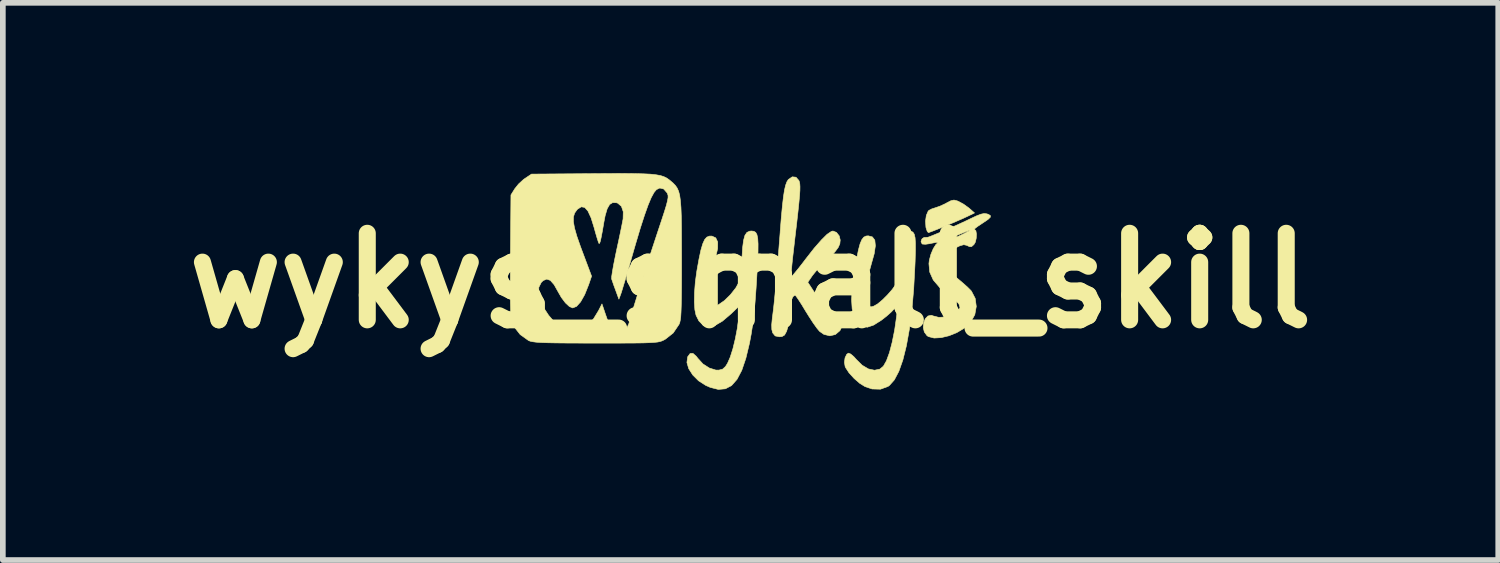
<source format=kicad_pcb>
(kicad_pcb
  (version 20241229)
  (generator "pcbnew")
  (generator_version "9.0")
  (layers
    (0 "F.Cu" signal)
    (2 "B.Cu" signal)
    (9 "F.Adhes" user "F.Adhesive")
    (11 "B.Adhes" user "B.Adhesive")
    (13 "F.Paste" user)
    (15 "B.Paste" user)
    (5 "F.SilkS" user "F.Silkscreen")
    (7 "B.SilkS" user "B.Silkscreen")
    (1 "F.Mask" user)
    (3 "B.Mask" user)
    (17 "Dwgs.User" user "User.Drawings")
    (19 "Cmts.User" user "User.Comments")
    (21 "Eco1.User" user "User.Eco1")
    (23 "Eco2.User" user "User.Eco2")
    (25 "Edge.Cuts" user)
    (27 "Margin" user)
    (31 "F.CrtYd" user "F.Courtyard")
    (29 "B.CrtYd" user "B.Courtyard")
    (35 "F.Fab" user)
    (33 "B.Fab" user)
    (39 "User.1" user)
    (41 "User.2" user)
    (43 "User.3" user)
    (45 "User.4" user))
  (footprint "wykys_small_skill"
    (layer "F.Cu")
    (at 10.167 1.893)
    (property "Reference" "wykys_small_skill" (at 0 0 0) (layer "F.SilkS") (effects (font (size 1.524 1.524) (thickness 0.3))))
    (attr through_hole)
    (fp_poly (pts (xy 3.639 -1.406) (xy 3.665 -1.395) (xy 3.75 -1.349) (xy 3.838 -1.286) (xy 3.853 -1.274) (xy 3.945 -1.193) (xy 3.842 -1.143) (xy 3.761 -1.105) (xy 3.654 -1.058) (xy 3.534 -1.006) (xy 3.411 -0.955) (xy 3.297 -0.908) (xy 3.205 -0.872) (xy 3.146 -0.85) (xy 3.131 -0.847) (xy 3.111 -0.871) (xy 3.091 -0.932) (xy 3.089 -0.943) (xy 3.082 -1.049) (xy 3.096 -1.149) (xy 3.128 -1.223) (xy 3.142 -1.238) (xy 3.192 -1.264) (xy 3.26 -1.286) (xy 3.338 -1.313) (xy 3.431 -1.356) (xy 3.457 -1.371) (xy 3.531 -1.409) (xy 3.583 -1.42) (xy 3.639 -1.406)) (stroke (width 0.01) (type solid)) (fill yes) (layer "F.SilkS"))
    (fp_poly (pts (xy 0.058 -0.87) (xy 0.091 -0.851) (xy 0.113 -0.812) (xy 0.127 -0.746) (xy 0.133 -0.648) (xy 0.132 -0.511) (xy 0.125 -0.328) (xy 0.116 -0.158) (xy 0.098 0.135) (xy 0.08 0.382) (xy 0.06 0.593) (xy 0.037 0.777) (xy 0.011 0.946) (xy -0.018 1.101) (xy -0.082 1.367) (xy -0.154 1.579) (xy -0.238 1.738) (xy -0.333 1.846) (xy -0.442 1.904) (xy -0.567 1.915) (xy -0.709 1.879) (xy -0.787 1.845) (xy -0.915 1.763) (xy -1.017 1.661) (xy -1.088 1.55) (xy -1.12 1.441) (xy -1.107 1.343) (xy -1.105 1.338) (xy -1.063 1.282) (xy -1.014 1.28) (xy -0.955 1.332) (xy -0.928 1.367) (xy -0.838 1.466) (xy -0.726 1.538) (xy -0.611 1.574) (xy -0.558 1.575) (xy -0.491 1.558) (xy -0.44 1.511) (xy -0.404 1.453) (xy -0.357 1.346) (xy -0.31 1.198) (xy -0.268 1.025) (xy -0.233 0.842) (xy -0.21 0.664) (xy -0.209 0.649) (xy -0.191 0.437) (xy -0.342 0.583) (xy -0.494 0.712) (xy -0.626 0.789) (xy -0.739 0.814) (xy -0.833 0.787) (xy -0.91 0.708) (xy -0.96 0.607) (xy -0.98 0.512) (xy -0.989 0.375) (xy -0.986 0.209) (xy -0.972 0.026) (xy -0.947 -0.159) (xy -0.944 -0.177) (xy -0.907 -0.383) (xy -0.874 -0.538) (xy -0.841 -0.65) (xy -0.807 -0.725) (xy -0.769 -0.767) (xy -0.723 -0.785) (xy -0.679 -0.785) (xy -0.612 -0.754) (xy -0.578 -0.682) (xy -0.579 -0.567) (xy -0.614 -0.408) (xy -0.636 -0.338) (xy -0.674 -0.197) (xy -0.704 -0.046) (xy -0.724 0.105) (xy -0.733 0.242) (xy -0.73 0.352) (xy -0.714 0.424) (xy -0.706 0.437) (xy -0.678 0.46) (xy -0.639 0.457) (xy -0.571 0.427) (xy -0.565 0.423) (xy -0.46 0.351) (xy -0.352 0.245) (xy -0.259 0.127) (xy -0.207 0.033) (xy -0.188 -0.039) (xy -0.171 -0.153) (xy -0.157 -0.298) (xy -0.15 -0.405) (xy -0.139 -0.583) (xy -0.122 -0.712) (xy -0.098 -0.799) (xy -0.063 -0.85) (xy -0.015 -0.872) (xy 0.015 -0.875) (xy 0.058 -0.87)) (stroke (width 0.01) (type solid)) (fill yes) (layer "F.SilkS"))
    (fp_poly (pts (xy 2.826 -0.871) (xy 2.86 -0.855) (xy 2.883 -0.819) (xy 2.898 -0.757) (xy 2.904 -0.662) (xy 2.904 -0.527) (xy 2.899 -0.344) (xy 2.896 -0.274) (xy 2.874 0.14) (xy 2.842 0.517) (xy 2.798 0.853) (xy 2.745 1.147) (xy 2.683 1.396) (xy 2.612 1.597) (xy 2.533 1.747) (xy 2.446 1.845) (xy 2.422 1.862) (xy 2.289 1.911) (xy 2.141 1.907) (xy 2.018 1.866) (xy 1.924 1.808) (xy 1.824 1.721) (xy 1.735 1.623) (xy 1.675 1.531) (xy 1.666 1.511) (xy 1.654 1.436) (xy 1.665 1.357) (xy 1.695 1.296) (xy 1.725 1.276) (xy 1.765 1.292) (xy 1.822 1.341) (xy 1.861 1.385) (xy 1.966 1.489) (xy 2.076 1.554) (xy 2.184 1.577) (xy 2.279 1.557) (xy 2.34 1.506) (xy 2.394 1.411) (xy 2.447 1.267) (xy 2.495 1.084) (xy 2.538 0.87) (xy 2.572 0.634) (xy 2.58 0.564) (xy 2.597 0.409) (xy 2.535 0.491) (xy 2.481 0.549) (xy 2.398 0.623) (xy 2.306 0.695) (xy 2.17 0.781) (xy 2.059 0.819) (xy 1.969 0.806) (xy 1.893 0.743) (xy 1.828 0.629) (xy 1.821 0.614) (xy 1.79 0.495) (xy 1.78 0.337) (xy 1.791 0.133) (xy 1.823 -0.118) (xy 1.834 -0.183) (xy 1.869 -0.386) (xy 1.9 -0.539) (xy 1.929 -0.648) (xy 1.96 -0.722) (xy 1.994 -0.766) (xy 2.034 -0.786) (xy 2.072 -0.79) (xy 2.146 -0.771) (xy 2.189 -0.714) (xy 2.199 -0.615) (xy 2.178 -0.474) (xy 2.128 -0.296) (xy 2.087 -0.147) (xy 2.057 0.01) (xy 2.039 0.159) (xy 2.035 0.289) (xy 2.045 0.385) (xy 2.057 0.417) (xy 2.087 0.457) (xy 2.131 0.46) (xy 2.171 0.448) (xy 2.239 0.409) (xy 2.325 0.337) (xy 2.415 0.247) (xy 2.497 0.153) (xy 2.556 0.069) (xy 2.572 0.037) (xy 2.585 -0.021) (xy 2.6 -0.121) (xy 2.613 -0.251) (xy 2.623 -0.397) (xy 2.625 -0.416) (xy 2.636 -0.589) (xy 2.651 -0.713) (xy 2.67 -0.796) (xy 2.697 -0.846) (xy 2.735 -0.869) (xy 2.78 -0.875) (xy 2.826 -0.871)) (stroke (width 0.01) (type solid)) (fill yes) (layer "F.SilkS"))
    (fp_poly (pts (xy 0.801 -1.822) (xy 0.852 -1.764) (xy 0.853 -1.762) (xy 0.862 -1.736) (xy 0.868 -1.702) (xy 0.871 -1.655) (xy 0.87 -1.589) (xy 0.864 -1.499) (xy 0.853 -1.379) (xy 0.837 -1.224) (xy 0.815 -1.027) (xy 0.786 -0.784) (xy 0.763 -0.582) (xy 0.744 -0.42) (xy 0.729 -0.278) (xy 0.719 -0.166) (xy 0.714 -0.092) (xy 0.714 -0.067) (xy 0.734 -0.084) (xy 0.781 -0.139) (xy 0.85 -0.223) (xy 0.933 -0.33) (xy 0.969 -0.378) (xy 1.122 -0.573) (xy 1.25 -0.719) (xy 1.35 -0.818) (xy 1.425 -0.868) (xy 1.452 -0.875) (xy 1.514 -0.85) (xy 1.562 -0.789) (xy 1.58 -0.716) (xy 1.573 -0.65) (xy 1.545 -0.586) (xy 1.49 -0.512) (xy 1.401 -0.42) (xy 1.342 -0.364) (xy 1.248 -0.271) (xy 1.16 -0.176) (xy 1.095 -0.097) (xy 1.087 -0.086) (xy 1.009 0.028) (xy 1.157 0.254) (xy 1.258 0.397) (xy 1.353 0.512) (xy 1.437 0.594) (xy 1.504 0.636) (xy 1.539 0.639) (xy 1.587 0.644) (xy 1.621 0.689) (xy 1.63 0.754) (xy 1.626 0.772) (xy 1.575 0.88) (xy 1.495 0.948) (xy 1.397 0.971) (xy 1.293 0.946) (xy 1.217 0.893) (xy 1.17 0.837) (xy 1.104 0.745) (xy 1.03 0.631) (xy 0.97 0.535) (xy 0.903 0.424) (xy 0.845 0.334) (xy 0.803 0.274) (xy 0.784 0.254) (xy 0.749 0.28) (xy 0.716 0.349) (xy 0.692 0.447) (xy 0.679 0.561) (xy 0.677 0.606) (xy 0.671 0.721) (xy 0.654 0.828) (xy 0.636 0.89) (xy 0.6 0.957) (xy 0.554 0.984) (xy 0.509 0.988) (xy 0.435 0.973) (xy 0.392 0.921) (xy 0.39 0.918) (xy 0.375 0.859) (xy 0.373 0.774) (xy 0.385 0.648) (xy 0.39 0.614) (xy 0.405 0.495) (xy 0.42 0.356) (xy 0.436 0.191) (xy 0.454 -0.006) (xy 0.474 -0.241) (xy 0.496 -0.52) (xy 0.522 -0.85) (xy 0.523 -0.871) (xy 0.543 -1.121) (xy 0.562 -1.321) (xy 0.58 -1.477) (xy 0.598 -1.594) (xy 0.618 -1.68) (xy 0.64 -1.74) (xy 0.665 -1.78) (xy 0.668 -1.783) (xy 0.736 -1.829) (xy 0.801 -1.822)) (stroke (width 0.01) (type solid)) (fill yes) (layer "F.SilkS"))
    (fp_poly (pts (xy 4.162 -1.177) (xy 4.189 -1.168) (xy 4.224 -1.147) (xy 4.224 -1.119) (xy 4.182 -1.078) (xy 4.095 -1.019) (xy 4.072 -1.004) (xy 3.997 -0.954) (xy 3.951 -0.918) (xy 3.944 -0.903) (xy 3.945 -0.903) (xy 3.969 -0.879) (xy 3.979 -0.821) (xy 3.975 -0.747) (xy 3.959 -0.678) (xy 3.935 -0.637) (xy 3.893 -0.6) (xy 3.857 -0.599) (xy 3.809 -0.622) (xy 3.756 -0.634) (xy 3.686 -0.614) (xy 3.643 -0.594) (xy 3.528 -0.516) (xy 3.464 -0.423) (xy 3.443 -0.306) (xy 3.443 -0.305) (xy 3.447 -0.251) (xy 3.464 -0.206) (xy 3.503 -0.159) (xy 3.574 -0.096) (xy 3.638 -0.045) (xy 3.734 0.036) (xy 3.82 0.112) (xy 3.88 0.172) (xy 3.891 0.185) (xy 3.957 0.312) (xy 3.976 0.454) (xy 3.95 0.599) (xy 3.878 0.729) (xy 3.863 0.747) (xy 3.761 0.838) (xy 3.634 0.914) (xy 3.495 0.97) (xy 3.357 1.003) (xy 3.233 1.01) (xy 3.135 0.985) (xy 3.109 0.969) (xy 3.061 0.904) (xy 3.042 0.825) (xy 3.05 0.742) (xy 3.078 0.67) (xy 3.125 0.622) (xy 3.184 0.609) (xy 3.218 0.621) (xy 3.315 0.646) (xy 3.433 0.639) (xy 3.55 0.606) (xy 3.643 0.549) (xy 3.664 0.528) (xy 3.689 0.472) (xy 3.67 0.41) (xy 3.605 0.337) (xy 3.501 0.257) (xy 3.333 0.122) (xy 3.218 -0.013) (xy 3.156 -0.152) (xy 3.142 -0.299) (xy 3.149 -0.36) (xy 3.177 -0.465) (xy 3.218 -0.563) (xy 3.263 -0.635) (xy 3.285 -0.656) (xy 3.299 -0.673) (xy 3.26 -0.673) (xy 3.169 -0.655) (xy 3.157 -0.652) (xy 3.081 -0.641) (xy 3.027 -0.645) (xy 3.022 -0.648) (xy 3.003 -0.685) (xy 3.006 -0.696) (xy 3.34 -0.696) (xy 3.344 -0.679) (xy 3.358 -0.677) (xy 3.382 -0.688) (xy 3.377 -0.696) (xy 3.344 -0.7) (xy 3.34 -0.696) (xy 3.006 -0.696) (xy 3.015 -0.724) (xy 3.424 -0.724) (xy 3.428 -0.708) (xy 3.443 -0.706) (xy 3.466 -0.716) (xy 3.462 -0.724) (xy 3.428 -0.728) (xy 3.424 -0.724) (xy 3.015 -0.724) (xy 3.017 -0.732) (xy 3.021 -0.735) (xy 3.527 -0.735) (xy 3.528 -0.735) (xy 3.573 -0.746) (xy 3.652 -0.778) (xy 3.739 -0.819) (xy 3.827 -0.864) (xy 3.864 -0.886) (xy 3.849 -0.885) (xy 3.783 -0.86) (xy 3.665 -0.811) (xy 3.655 -0.807) (xy 3.576 -0.771) (xy 3.53 -0.745) (xy 3.527 -0.735) (xy 3.021 -0.735) (xy 3.055 -0.761) (xy 3.065 -0.762) (xy 3.11 -0.763) (xy 3.118 -0.763) (xy 3.154 -0.775) (xy 3.231 -0.806) (xy 3.335 -0.849) (xy 3.457 -0.902) (xy 3.585 -0.958) (xy 3.708 -1.013) (xy 3.813 -1.062) (xy 3.86 -1.085) (xy 3.977 -1.14) (xy 4.057 -1.171) (xy 4.114 -1.183) (xy 4.162 -1.177)) (stroke (width 0.01) (type solid)) (fill yes) (layer "F.SilkS"))
    (fp_poly (pts (xy -2.048 -1.886) (xy -1.887 -1.882) (xy -1.76 -1.876) (xy -1.662 -1.865) (xy -1.585 -1.851) (xy -1.526 -1.832) (xy -1.477 -1.808) (xy -1.434 -1.778) (xy -1.408 -1.757) (xy -1.361 -1.716) (xy -1.323 -1.677) (xy -1.292 -1.632) (xy -1.267 -1.577) (xy -1.248 -1.506) (xy -1.235 -1.413) (xy -1.225 -1.292) (xy -1.219 -1.139) (xy -1.216 -0.947) (xy -1.215 -0.71) (xy -1.214 -0.423) (xy -1.214 -0.387) (xy -1.214 -0.108) (xy -1.215 0.121) (xy -1.217 0.304) (xy -1.22 0.447) (xy -1.224 0.557) (xy -1.229 0.638) (xy -1.237 0.696) (xy -1.246 0.738) (xy -1.258 0.768) (xy -1.259 0.77) (xy -1.361 0.921) (xy -1.498 1.029) (xy -1.53 1.047) (xy -1.56 1.061) (xy -1.594 1.072) (xy -1.639 1.081) (xy -1.7 1.087) (xy -1.783 1.092) (xy -1.893 1.096) (xy -2.037 1.098) (xy -2.221 1.099) (xy -2.449 1.1) (xy -2.727 1.1) (xy -2.729 1.1) (xy -3.013 1.099) (xy -3.246 1.098) (xy -3.433 1.096) (xy -3.58 1.093) (xy -3.692 1.089) (xy -3.776 1.083) (xy -3.836 1.075) (xy -3.878 1.066) (xy -3.907 1.055) (xy -3.909 1.054) (xy -4.056 0.949) (xy -4.161 0.815) (xy -4.192 0.75) (xy -4.203 0.713) (xy -4.213 0.665) (xy -4.22 0.6) (xy -4.225 0.512) (xy -4.228 0.397) (xy -4.23 0.247) (xy -4.23 0.227) (xy -3.73 0.227) (xy -3.699 0.352) (xy -3.639 0.482) (xy -3.556 0.609) (xy -3.457 0.724) (xy -3.347 0.817) (xy -3.233 0.88) (xy -3.119 0.903) (xy -3.118 0.903) (xy -2.996 0.876) (xy -2.877 0.797) (xy -2.764 0.671) (xy -2.675 0.525) (xy -2.616 0.409) (xy -2.554 0.593) (xy -2.497 0.753) (xy -2.448 0.863) (xy -2.402 0.928) (xy -2.355 0.954) (xy -2.3 0.945) (xy -2.243 0.914) (xy -2.186 0.852) (xy -2.144 0.76) (xy -2.141 0.752) (xy -2.102 0.615) (xy -2.048 0.435) (xy -1.982 0.222) (xy -1.908 -0.013) (xy -1.83 -0.261) (xy -1.749 -0.51) (xy -1.67 -0.75) (xy -1.63 -0.871) (xy -1.565 -1.066) (xy -1.516 -1.216) (xy -1.482 -1.327) (xy -1.462 -1.406) (xy -1.452 -1.461) (xy -1.452 -1.5) (xy -1.461 -1.529) (xy -1.47 -1.548) (xy -1.529 -1.615) (xy -1.598 -1.632) (xy -1.657 -1.604) (xy -1.7 -1.552) (xy -1.749 -1.462) (xy -1.804 -1.33) (xy -1.867 -1.153) (xy -1.94 -0.928) (xy -2.022 -0.653) (xy -2.057 -0.533) (xy -2.112 -0.34) (xy -2.164 -0.162) (xy -2.21 -0.005) (xy -2.248 0.12) (xy -2.274 0.206) (xy -2.286 0.24) (xy -2.318 0.325) (xy -2.375 0.169) (xy -2.409 0.077) (xy -2.435 0.001) (xy -2.446 -0.031) (xy -2.445 -0.072) (xy -2.432 -0.159) (xy -2.411 -0.279) (xy -2.382 -0.424) (xy -2.361 -0.525) (xy -2.326 -0.686) (xy -2.294 -0.837) (xy -2.268 -0.964) (xy -2.25 -1.057) (xy -2.244 -1.088) (xy -2.241 -1.214) (xy -2.273 -1.309) (xy -2.338 -1.365) (xy -2.358 -1.372) (xy -2.427 -1.375) (xy -2.481 -1.342) (xy -2.524 -1.267) (xy -2.56 -1.145) (xy -2.582 -1.03) (xy -2.609 -0.872) (xy -2.63 -0.762) (xy -2.645 -0.694) (xy -2.657 -0.661) (xy -2.667 -0.654) (xy -2.669 -0.656) (xy -2.682 -0.688) (xy -2.705 -0.761) (xy -2.735 -0.864) (xy -2.754 -0.934) (xy -2.808 -1.107) (xy -2.863 -1.226) (xy -2.92 -1.29) (xy -2.98 -1.301) (xy -3.044 -1.261) (xy -3.056 -1.248) (xy -3.097 -1.191) (xy -3.118 -1.124) (xy -3.119 -1.039) (xy -3.1 -0.929) (xy -3.059 -0.785) (xy -2.995 -0.602) (xy -2.967 -0.527) (xy -2.799 -0.079) (xy -2.85 0.07) (xy -2.92 0.245) (xy -2.992 0.373) (xy -3.064 0.453) (xy -3.132 0.48) (xy -3.19 0.455) (xy -3.26 0.39) (xy -3.332 0.294) (xy -3.387 0.198) (xy -3.459 0.07) (xy -3.525 -0.005) (xy -3.588 -0.028) (xy -3.651 -0.002) (xy -3.685 0.031) (xy -3.728 0.117) (xy -3.73 0.227) (xy -4.23 0.227) (xy -4.23 0.057) (xy -4.229 -0.178) (xy -4.228 -0.438) (xy -4.219 -1.51) (xy -4.152 -1.618) (xy -4.085 -1.702) (xy -3.998 -1.782) (xy -3.971 -1.801) (xy -3.857 -1.877) (xy -2.79 -1.885) (xy -2.494 -1.887) (xy -2.248 -1.888) (xy -2.048 -1.886)) (stroke (width 0.01) (type solid)) (fill yes) (layer "F.SilkS")))
  (gr_rect
    (start -3 -3)
    (end 23.335 6.813)
    (stroke (width 0.1) (type default))
    (fill no)
    (layer "Edge.Cuts")))
</source>
